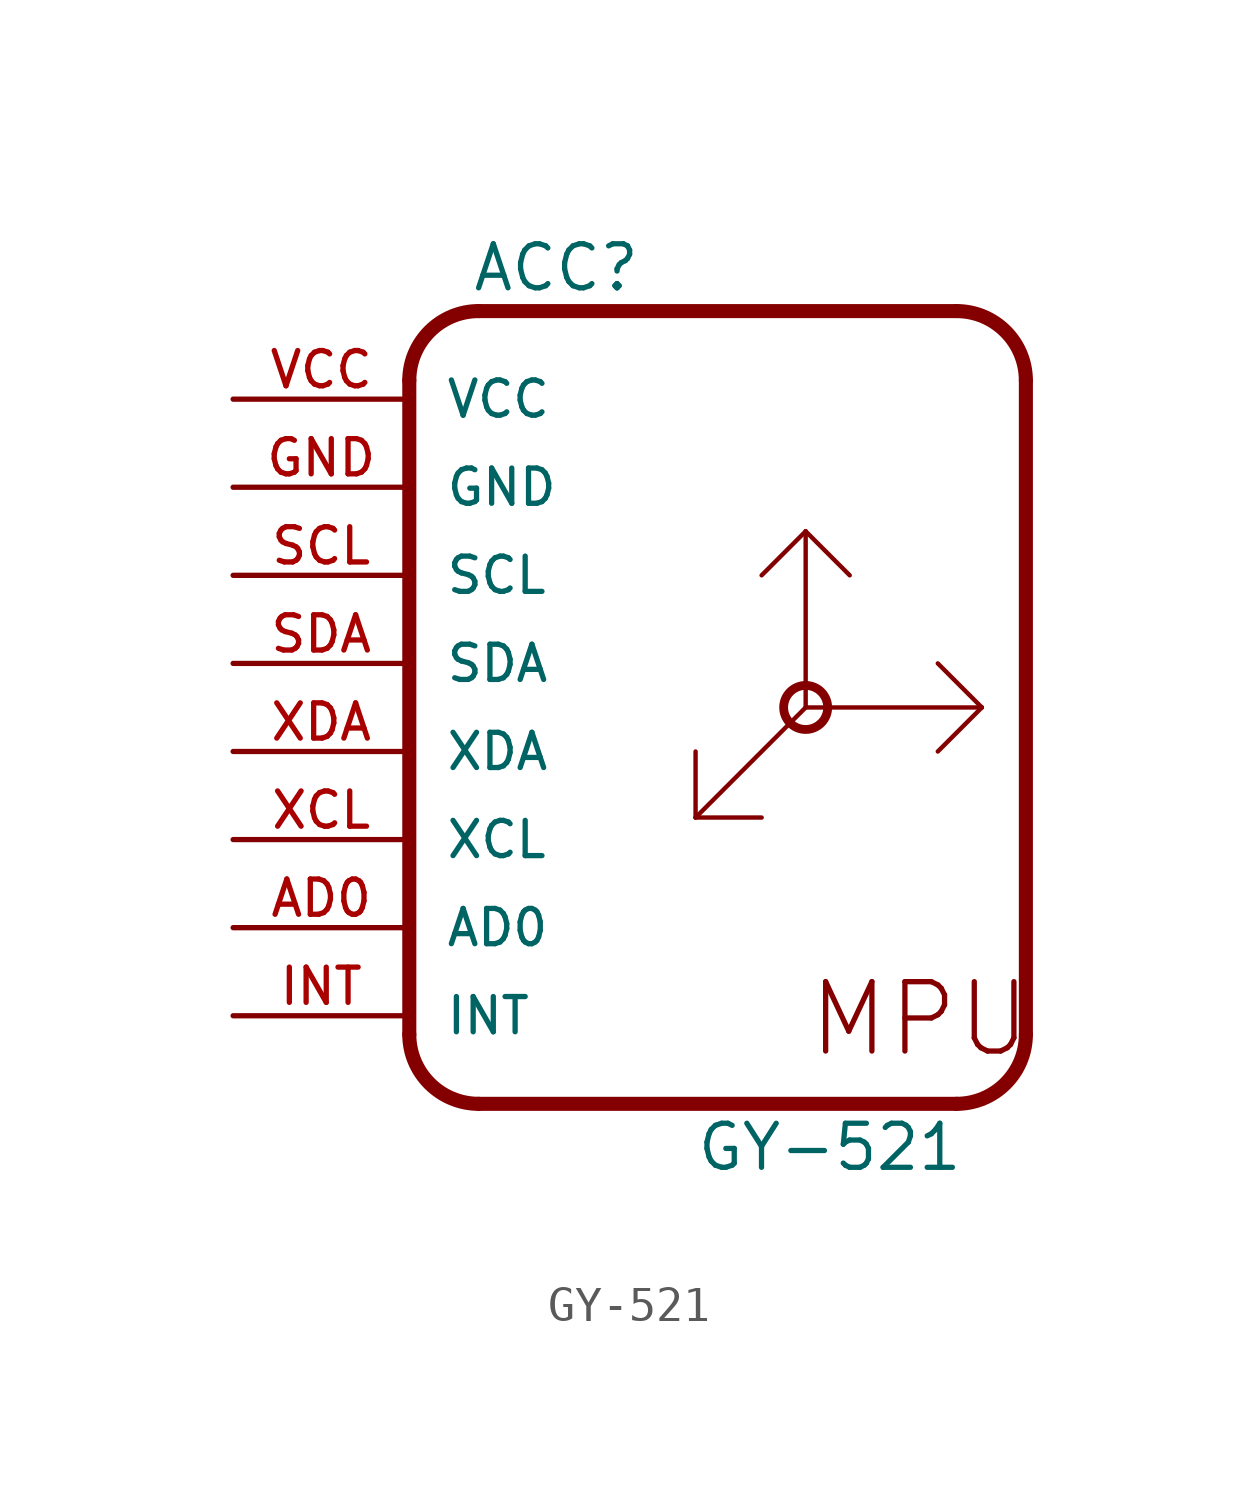
<source format=kicad_sym>
(kicad_symbol_lib
  (version 20231120)
  (generator "kicad_symbol_editor")
  (generator_version "8.0")
  (symbol "GY-521"
    (pin_names
      (offset 1.016))
    (property "Reference" "ACC"
      (at -9.652 11.938 0)
      (effects (font (size 1.27 1.27)) (justify left bottom)))
    (property "Value" "GY-521"
      (at 4.572 -11.938 0)
      (effects (font (size 1.27 1.27)) (justify right top)))
    (symbol "GY-521_0_0"
      (arc (start -11.43 -9.43) (mid -10.8442 -10.8442) (end -9.43 -11.43) (stroke (width 0.4064) (type default)) (fill (type none)))
      (arc (start -9.43 11.43) (mid -10.8442 10.8442) (end -11.43 9.43) (stroke (width 0.4064) (type default)) (fill (type none)))
      (polyline (pts (xy -11.43 -9.43) (xy -11.43 9.43)) (stroke (width 0.406) (type default)) (fill (type none)))
      (polyline (pts (xy -9.43 11.43) (xy 4.35 11.43)) (stroke (width 0.406) (type default)) (fill (type none)))
      (polyline (pts (xy -3.175 -3.175) (xy -3.175 -1.27)) (stroke (width 0.127) (type default)) (fill (type none)))
      (polyline (pts (xy -3.175 -3.175) (xy -1.27 -3.175)) (stroke (width 0.127) (type default)) (fill (type none)))
      (polyline (pts (xy 0 0) (xy -3.175 -3.175)) (stroke (width 0.127) (type default)) (fill (type none)))
      (polyline (pts (xy 0 0) (xy 0 5.08)) (stroke (width 0.127) (type default)) (fill (type none)))
      (polyline (pts (xy 0 0) (xy 5.08 0)) (stroke (width 0.127) (type default)) (fill (type none)))
      (polyline (pts (xy 0 5.08) (xy -1.27 3.81)) (stroke (width 0.127) (type default)) (fill (type none)))
      (polyline (pts (xy 1.27 3.81) (xy 0 5.08)) (stroke (width 0.127) (type default)) (fill (type none)))
      (polyline (pts (xy 3.81 1.27) (xy 5.08 0)) (stroke (width 0.127) (type default)) (fill (type none)))
      (polyline (pts (xy 4.35 -11.43) (xy -9.43 -11.43)) (stroke (width 0.406) (type default)) (fill (type none)))
      (polyline (pts (xy 5.08 0) (xy 3.81 -1.27)) (stroke (width 0.127) (type default)) (fill (type none)))
      (polyline (pts (xy 6.35 9.43) (xy 6.35 -9.43)) (stroke (width 0.406) (type default)) (fill (type none)))
      (circle (center 0 0) (radius 0.635) (stroke (width 0.254) (type default)) (fill (type none)))
      (arc (start 4.35 -11.43) (mid 5.7642 -10.8442) (end 6.35 -9.43) (stroke (width 0.4064) (type default)) (fill (type none)))
      (arc (start 6.35 9.43) (mid 5.7642 10.8442) (end 4.35 11.43) (stroke (width 0.4064) (type default)) (fill (type none)))
      (text "MPU" (at 0 -10.16 0) (effects (font (size 2 2)) (justify left bottom)))
      (pin bidirectional line (at -16.51 -6.35 0) (length 5.08) (name "AD0" (effects (font (size 1.016 1.016)))) (number "AD0" (effects (font (size 1.016 1.016)))))
      (pin power_in line (at -16.51 6.35 0) (length 5.08) (name "GND" (effects (font (size 1.016 1.016)))) (number "GND" (effects (font (size 1.016 1.016)))))
      (pin bidirectional line (at -16.51 -8.89 0) (length 5.08) (name "INT" (effects (font (size 1.016 1.016)))) (number "INT" (effects (font (size 1.016 1.016)))))
      (pin bidirectional line (at -16.51 3.81 0) (length 5.08) (name "SCL" (effects (font (size 1.016 1.016)))) (number "SCL" (effects (font (size 1.016 1.016)))))
      (pin bidirectional line (at -16.51 1.27 0) (length 5.08) (name "SDA" (effects (font (size 1.016 1.016)))) (number "SDA" (effects (font (size 1.016 1.016)))))
      (pin power_in line (at -16.51 8.89 0) (length 5.08) (name "VCC" (effects (font (size 1.016 1.016)))) (number "VCC" (effects (font (size 1.016 1.016)))))
      (pin bidirectional line (at -16.51 -3.81 0) (length 5.08) (name "XCL" (effects (font (size 1.016 1.016)))) (number "XCL" (effects (font (size 1.016 1.016)))))
      (pin bidirectional line (at -16.51 -1.27 0) (length 5.08) (name "XDA" (effects (font (size 1.016 1.016)))) (number "XDA" (effects (font (size 1.016 1.016))))))))
</source>
